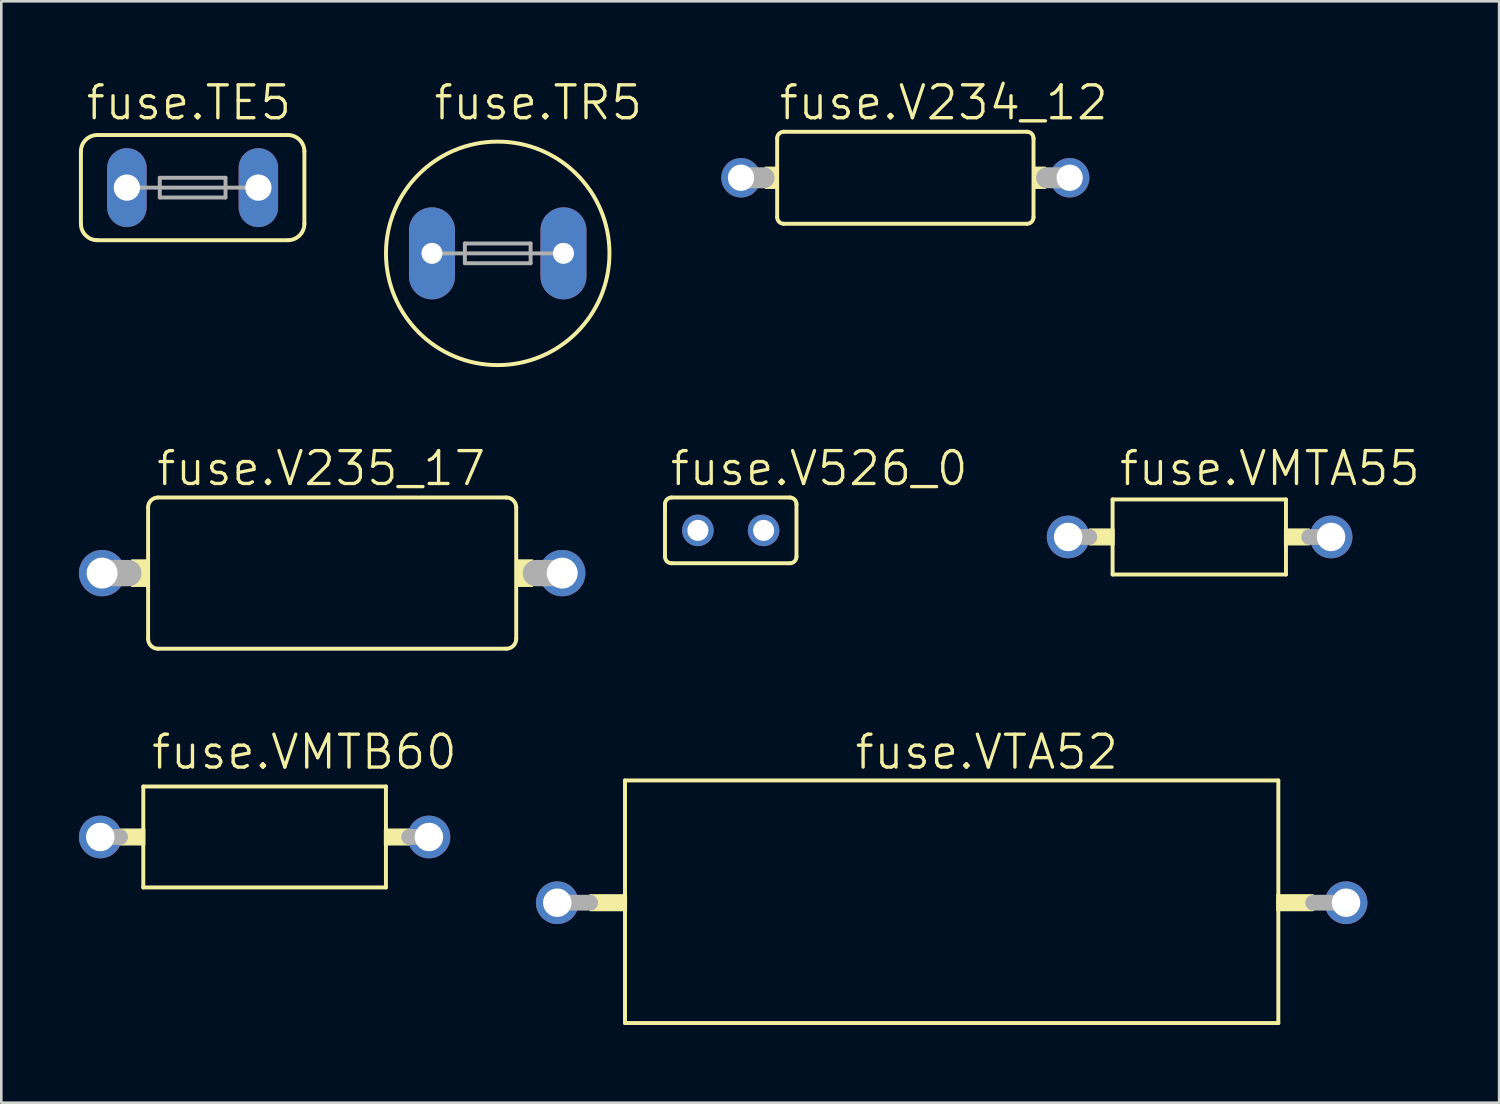
<source format=kicad_pcb>
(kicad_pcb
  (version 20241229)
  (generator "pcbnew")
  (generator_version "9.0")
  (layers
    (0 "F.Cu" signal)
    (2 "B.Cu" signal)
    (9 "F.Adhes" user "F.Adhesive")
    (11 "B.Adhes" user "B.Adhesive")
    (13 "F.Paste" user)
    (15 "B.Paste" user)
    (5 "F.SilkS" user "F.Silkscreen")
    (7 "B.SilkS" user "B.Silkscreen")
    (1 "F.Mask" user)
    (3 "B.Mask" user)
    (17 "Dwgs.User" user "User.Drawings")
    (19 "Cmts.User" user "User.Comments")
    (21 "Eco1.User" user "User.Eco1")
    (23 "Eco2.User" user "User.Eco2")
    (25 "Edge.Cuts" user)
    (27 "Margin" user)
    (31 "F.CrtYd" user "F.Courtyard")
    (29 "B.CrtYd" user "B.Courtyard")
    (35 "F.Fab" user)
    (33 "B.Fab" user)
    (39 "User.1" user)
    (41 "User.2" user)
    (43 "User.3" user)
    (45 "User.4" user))
  (footprint "fuse.V235_17"
    (layer "F.Cu")
    (at 9.785 19.096)
    (property "Reference" "fuse.V235_17" (at -6.858 -3.302 0) (layer "F.SilkS") (effects (font (size 1.27 1.27) (thickness 0.13)) (justify left bottom)))
    (attr through_hole)
    (fp_line (start -7.112 -2.54) (end -7.112 2.54) (stroke (width 0.152) (type default)) (layer "F.SilkS"))
    (fp_line (start -6.731 -2.921) (end 6.731 -2.921) (stroke (width 0.152) (type default)) (layer "F.SilkS"))
    (fp_line (start 6.731 2.921) (end -6.731 2.921) (stroke (width 0.152) (type default)) (layer "F.SilkS"))
    (fp_line (start 7.112 -2.54) (end 7.112 2.54) (stroke (width 0.152) (type default)) (layer "F.SilkS"))
    (fp_rect (start -7.747 0.508) (end -7.112 -0.508) (stroke (width 0.05) (type default)) (fill yes) (layer "F.SilkS"))
    (fp_rect (start 7.112 0.508) (end 7.747 -0.508) (stroke (width 0.05) (type default)) (fill yes) (layer "F.SilkS"))
    (fp_arc (start -7.112 -2.54) (mid -7.000408 -2.809408) (end -6.731 -2.921) (stroke (width 0.1524) (type default)) (layer "F.SilkS"))
    (fp_arc (start -6.731 2.921) (mid -7.000408 2.809408) (end -7.112 2.54) (stroke (width 0.1524) (type default)) (layer "F.SilkS"))
    (fp_arc (start 6.731 -2.921) (mid 7.000408 -2.809408) (end 7.112 -2.54) (stroke (width 0.1524) (type default)) (layer "F.SilkS"))
    (fp_arc (start 7.112 2.54) (mid 7.000408 2.809408) (end 6.731 2.921) (stroke (width 0.1524) (type default)) (layer "F.SilkS"))
    (fp_line (start -7.874 0) (end -8.89 0) (stroke (width 1.016) (type default)) (layer "F.Fab"))
    (fp_line (start 8.89 0) (end 7.874 0) (stroke (width 1.016) (type default)) (layer "F.Fab"))
    (pad "1" thru_hole circle (at -8.89 0) (size 1.791 1.791) (drill 1.194) (layers "*.Cu" "*.Mask"))
    (pad "2" thru_hole circle (at 8.89 0) (size 1.791 1.791) (drill 1.194) (layers "*.Cu" "*.Mask")))
  (footprint "fuse.VMTB60"
    (layer "F.Cu")
    (at 7.175 29.293)
    (property "Reference" "fuse.VMTB60" (at -4.445 -2.54 0) (layer "F.SilkS") (effects (font (size 1.27 1.27) (thickness 0.13)) (justify left bottom)))
    (attr through_hole)
    (fp_line (start -4.688 -1.95) (end -4.688 1.95) (stroke (width 0.152) (type default)) (layer "F.SilkS"))
    (fp_line (start -4.688 1.95) (end 4.688 1.95) (stroke (width 0.152) (type default)) (layer "F.SilkS"))
    (fp_line (start 4.688 -1.95) (end -4.688 -1.95) (stroke (width 0.152) (type default)) (layer "F.SilkS"))
    (fp_line (start 4.688 1.95) (end 4.688 -1.95) (stroke (width 0.152) (type default)) (layer "F.SilkS"))
    (fp_rect (start -5.585 0.305) (end -4.633 -0.305) (stroke (width 0.05) (type default)) (fill yes) (layer "F.SilkS"))
    (fp_rect (start 4.633 0.305) (end 5.585 -0.305) (stroke (width 0.05) (type default)) (fill yes) (layer "F.SilkS"))
    (fp_line (start -6.35 0) (end -5.585 0) (stroke (width 0.61) (type default)) (layer "F.Fab"))
    (fp_line (start 5.585 0) (end 6.35 0) (stroke (width 0.61) (type default)) (layer "F.Fab"))
    (pad "1" thru_hole circle (at -6.35 0) (size 1.65 1.65) (drill 1.1) (layers "*.Cu" "*.Mask"))
    (pad "2" thru_hole circle (at 6.35 0) (size 1.65 1.65) (drill 1.1) (layers "*.Cu" "*.Mask")))
  (footprint "fuse.TE5"
    (layer "F.Cu")
    (at 4.394 4.2)
    (property "Reference" "fuse.TE5" (at -4.191 -2.54 0) (layer "F.SilkS") (effects (font (size 1.27 1.27) (thickness 0.13)) (justify left bottom)))
    (attr through_hole)
    (fp_line (start -4.318 -1.397) (end -4.318 1.397) (stroke (width 0.152) (type default)) (layer "F.SilkS"))
    (fp_line (start -3.683 2.032) (end 3.683 2.032) (stroke (width 0.152) (type default)) (layer "F.SilkS"))
    (fp_line (start 3.683 -2.032) (end -3.683 -2.032) (stroke (width 0.152) (type default)) (layer "F.SilkS"))
    (fp_line (start 4.318 1.397) (end 4.318 -1.397) (stroke (width 0.152) (type default)) (layer "F.SilkS"))
    (fp_arc (start -4.318 -1.397) (mid -4.132013 -1.846013) (end -3.683 -2.032) (stroke (width 0.1524) (type default)) (layer "F.SilkS"))
    (fp_arc (start -3.683 2.032) (mid -4.132013 1.846013) (end -4.318 1.397) (stroke (width 0.1524) (type default)) (layer "F.SilkS"))
    (fp_arc (start 3.683 -2.032) (mid 4.132013 -1.846013) (end 4.318 -1.397) (stroke (width 0.1524) (type default)) (layer "F.SilkS"))
    (fp_arc (start 4.318 1.397) (mid 4.132013 1.846013) (end 3.683 2.032) (stroke (width 0.1524) (type default)) (layer "F.SilkS"))
    (fp_line (start -2.159 0) (end 2.159 0) (stroke (width 0.152) (type default)) (layer "F.Fab"))
    (fp_line (start -1.27 -0.381) (end -1.27 0.381) (stroke (width 0.152) (type default)) (layer "F.Fab"))
    (fp_line (start -1.27 0.381) (end 1.27 0.381) (stroke (width 0.152) (type default)) (layer "F.Fab"))
    (fp_line (start 1.27 -0.381) (end -1.27 -0.381) (stroke (width 0.152) (type default)) (layer "F.Fab"))
    (fp_line (start 1.27 -0.381) (end 1.27 0.381) (stroke (width 0.152) (type default)) (layer "F.Fab"))
    (pad "1" thru_hole oval (at -2.54 0 90) (size 3.048 1.524) (drill 1.016) (layers "*.Cu" "*.Mask"))
    (pad "2" thru_hole oval (at 2.54 0 90) (size 3.048 1.524) (drill 1.016) (layers "*.Cu" "*.Mask")))
  (footprint "fuse.V526_0"
    (layer "F.Cu")
    (at 25.187 17.445)
    (property "Reference" "fuse.V526_0" (at -2.413 -1.651 0) (layer "F.SilkS") (effects (font (size 1.27 1.27) (thickness 0.13)) (justify left bottom)))
    (attr through_hole)
    (fp_line (start -2.54 -1.016) (end -2.54 1.016) (stroke (width 0.152) (type default)) (layer "F.SilkS"))
    (fp_line (start -2.286 1.27) (end 2.286 1.27) (stroke (width 0.152) (type default)) (layer "F.SilkS"))
    (fp_line (start 2.286 -1.27) (end -2.286 -1.27) (stroke (width 0.152) (type default)) (layer "F.SilkS"))
    (fp_line (start 2.54 1.016) (end 2.54 -1.016) (stroke (width 0.152) (type default)) (layer "F.SilkS"))
    (fp_arc (start -2.54 -1.016) (mid -2.465605 -1.195605) (end -2.286 -1.27) (stroke (width 0.1524) (type default)) (layer "F.SilkS"))
    (fp_arc (start -2.286 1.27) (mid -2.465605 1.195605) (end -2.54 1.016) (stroke (width 0.1524) (type default)) (layer "F.SilkS"))
    (fp_arc (start 2.286 -1.27) (mid 2.465605 -1.195605) (end 2.54 -1.016) (stroke (width 0.1524) (type default)) (layer "F.SilkS"))
    (fp_arc (start 2.54 1.016) (mid 2.465605 1.195605) (end 2.286 1.27) (stroke (width 0.1524) (type default)) (layer "F.SilkS"))
    (pad "1" thru_hole circle (at -1.27 0) (size 1.219 1.219) (drill 0.813) (layers "*.Cu" "*.Mask"))
    (pad "2" thru_hole circle (at 1.27 0) (size 1.219 1.219) (drill 0.813) (layers "*.Cu" "*.Mask")))
  (footprint "fuse.VTA52"
    (layer "F.Cu")
    (at 33.724 31.833)
    (property "Reference" "fuse.VTA52" (at -3.81 -5.08 0) (layer "F.SilkS") (effects (font (size 1.27 1.27) (thickness 0.13)) (justify left bottom)))
    (attr through_hole)
    (fp_line (start -12.623 -4.725) (end -12.623 -0.025) (stroke (width 0.152) (type default)) (layer "F.SilkS"))
    (fp_line (start -12.623 -0.025) (end -12.623 4.65) (stroke (width 0.152) (type default)) (layer "F.SilkS"))
    (fp_line (start -12.623 4.65) (end 12.623 4.65) (stroke (width 0.152) (type default)) (layer "F.SilkS"))
    (fp_line (start 12.623 -4.725) (end -12.623 -4.725) (stroke (width 0.152) (type default)) (layer "F.SilkS"))
    (fp_line (start 12.623 -0.025) (end 12.623 -4.725) (stroke (width 0.152) (type default)) (layer "F.SilkS"))
    (fp_line (start 12.623 4.65) (end 12.623 -0.025) (stroke (width 0.152) (type default)) (layer "F.SilkS"))
    (fp_rect (start -13.97 0.305) (end -12.568 -0.305) (stroke (width 0.05) (type default)) (fill yes) (layer "F.SilkS"))
    (fp_rect (start 12.568 0.305) (end 13.97 -0.305) (stroke (width 0.05) (type default)) (fill yes) (layer "F.SilkS"))
    (fp_line (start -15.24 0) (end -13.97 0) (stroke (width 0.61) (type default)) (layer "F.Fab"))
    (fp_line (start 13.97 0) (end 15.24 0) (stroke (width 0.61) (type default)) (layer "F.Fab"))
    (pad "1" thru_hole circle (at -15.24 0) (size 1.65 1.65) (drill 1.1) (layers "*.Cu" "*.Mask"))
    (pad "2" thru_hole circle (at 15.24 0) (size 1.65 1.65) (drill 1.1) (layers "*.Cu" "*.Mask")))
  (footprint "fuse.TR5"
    (layer "F.Cu")
    (at 16.183 6.74)
    (property "Reference" "fuse.TR5" (at -2.54 -5.08 0) (layer "F.SilkS") (effects (font (size 1.27 1.27) (thickness 0.13)) (justify left bottom)))
    (attr through_hole)
    (fp_circle (center 0 0) (end 4.318 0) (stroke (width 0.152) (type default)) (fill no) (layer "F.SilkS"))
    (fp_line (start -2.159 0) (end 2.159 0) (stroke (width 0.152) (type default)) (layer "F.Fab"))
    (fp_line (start -1.27 -0.381) (end -1.27 0.381) (stroke (width 0.152) (type default)) (layer "F.Fab"))
    (fp_line (start -1.27 0.381) (end 1.27 0.381) (stroke (width 0.152) (type default)) (layer "F.Fab"))
    (fp_line (start 1.27 -0.381) (end -1.27 -0.381) (stroke (width 0.152) (type default)) (layer "F.Fab"))
    (fp_line (start 1.27 -0.381) (end 1.27 0.381) (stroke (width 0.152) (type default)) (layer "F.Fab"))
    (pad "1" thru_hole oval (at -2.54 0 90) (size 3.556 1.778) (drill 0.813) (layers "*.Cu" "*.Mask"))
    (pad "2" thru_hole oval (at 2.54 0 90) (size 3.556 1.778) (drill 0.813) (layers "*.Cu" "*.Mask")))
  (footprint "fuse.VMTA55"
    (layer "F.Cu")
    (at 43.305 17.699)
    (property "Reference" "fuse.VMTA55" (at -3.175 -1.905 0) (layer "F.SilkS") (effects (font (size 1.27 1.27) (thickness 0.13)) (justify left bottom)))
    (attr through_hole)
    (fp_line (start -3.362 -1.45) (end -3.362 1.45) (stroke (width 0.152) (type default)) (layer "F.SilkS"))
    (fp_line (start -3.362 1.45) (end 3.337 1.45) (stroke (width 0.152) (type default)) (layer "F.SilkS"))
    (fp_line (start 3.337 -1.45) (end -3.362 -1.45) (stroke (width 0.152) (type default)) (layer "F.SilkS"))
    (fp_line (start 3.337 1.45) (end 3.337 -1.45) (stroke (width 0.152) (type default)) (layer "F.SilkS"))
    (fp_rect (start -4.26 0.305) (end -3.308 -0.305) (stroke (width 0.05) (type default)) (fill yes) (layer "F.SilkS"))
    (fp_rect (start 3.283 0.305) (end 4.235 -0.305) (stroke (width 0.05) (type default)) (fill yes) (layer "F.SilkS"))
    (fp_line (start -5.08 0) (end -4.26 0) (stroke (width 0.61) (type default)) (layer "F.Fab"))
    (fp_line (start 4.235 0) (end 5.08 0) (stroke (width 0.61) (type default)) (layer "F.Fab"))
    (pad "1" thru_hole circle (at -5.08 0) (size 1.65 1.65) (drill 1.1) (layers "*.Cu" "*.Mask"))
    (pad "2" thru_hole circle (at 5.08 0) (size 1.65 1.65) (drill 1.1) (layers "*.Cu" "*.Mask")))
  (footprint "fuse.V234_12"
    (layer "F.Cu")
    (at 31.934 3.819)
    (property "Reference" "fuse.V234_12" (at -4.953 -2.159 0) (layer "F.SilkS") (effects (font (size 1.27 1.27) (thickness 0.13)) (justify left bottom)))
    (attr through_hole)
    (fp_line (start -4.953 -1.524) (end -4.953 1.524) (stroke (width 0.152) (type default)) (layer "F.SilkS"))
    (fp_line (start -4.699 -1.778) (end 4.699 -1.778) (stroke (width 0.152) (type default)) (layer "F.SilkS"))
    (fp_line (start 4.699 1.778) (end -4.699 1.778) (stroke (width 0.152) (type default)) (layer "F.SilkS"))
    (fp_line (start 4.953 -1.524) (end 4.953 1.524) (stroke (width 0.152) (type default)) (layer "F.SilkS"))
    (fp_rect (start -5.41 0.406) (end -4.953 -0.406) (stroke (width 0.05) (type default)) (fill yes) (layer "F.SilkS"))
    (fp_rect (start 4.953 0.406) (end 5.41 -0.406) (stroke (width 0.05) (type default)) (fill yes) (layer "F.SilkS"))
    (fp_arc (start -4.953 -1.524) (mid -4.878605 -1.703605) (end -4.699 -1.778) (stroke (width 0.1524) (type default)) (layer "F.SilkS"))
    (fp_arc (start -4.699 1.778) (mid -4.878605 1.703605) (end -4.953 1.524) (stroke (width 0.1524) (type default)) (layer "F.SilkS"))
    (fp_arc (start 4.699 -1.778) (mid 4.878605 -1.703605) (end 4.953 -1.524) (stroke (width 0.1524) (type default)) (layer "F.SilkS"))
    (fp_arc (start 4.953 1.524) (mid 4.878605 1.703605) (end 4.699 1.778) (stroke (width 0.1524) (type default)) (layer "F.SilkS"))
    (fp_line (start -6.35 0) (end -5.461 0) (stroke (width 0.813) (type default)) (layer "F.Fab"))
    (fp_line (start 6.35 0) (end 5.461 0) (stroke (width 0.813) (type default)) (layer "F.Fab"))
    (pad "1" thru_hole circle (at -6.35 0) (size 1.524 1.524) (drill 1.016) (layers "*.Cu" "*.Mask"))
    (pad "2" thru_hole circle (at 6.35 0) (size 1.524 1.524) (drill 1.016) (layers "*.Cu" "*.Mask")))
  (gr_rect
    (start -3 -3)
    (end 54.878 39.56)
    (stroke (width 0.1) (type default))
    (fill no)
    (layer "Edge.Cuts")))
</source>
